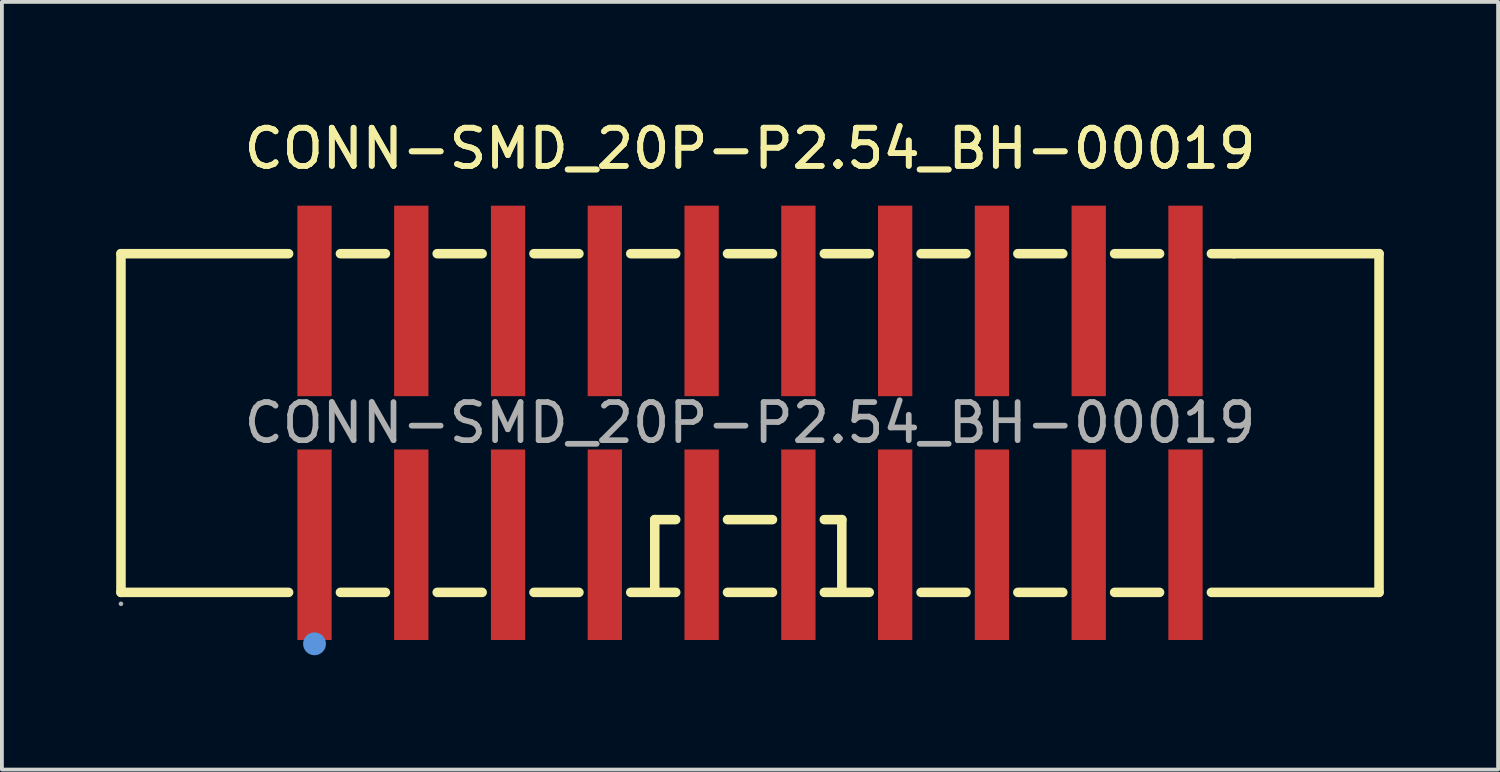
<source format=kicad_pcb>
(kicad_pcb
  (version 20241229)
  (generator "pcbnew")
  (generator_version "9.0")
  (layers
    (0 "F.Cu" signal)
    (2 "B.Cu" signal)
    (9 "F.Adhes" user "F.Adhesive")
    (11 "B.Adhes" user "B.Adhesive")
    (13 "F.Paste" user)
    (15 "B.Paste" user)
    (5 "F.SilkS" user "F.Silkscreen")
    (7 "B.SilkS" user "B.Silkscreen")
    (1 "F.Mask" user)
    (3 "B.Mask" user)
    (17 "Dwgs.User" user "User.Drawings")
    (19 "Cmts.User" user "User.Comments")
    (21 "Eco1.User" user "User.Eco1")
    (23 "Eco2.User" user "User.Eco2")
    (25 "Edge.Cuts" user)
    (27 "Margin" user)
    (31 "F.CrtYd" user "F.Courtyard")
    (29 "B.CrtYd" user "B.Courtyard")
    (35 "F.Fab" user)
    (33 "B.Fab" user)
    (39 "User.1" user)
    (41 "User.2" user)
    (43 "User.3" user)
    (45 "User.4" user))
  (footprint "CONN-SMD_20P-P2.54_BH-00019"
    (layer "F.Cu")
    (at 16.635 8.048)
    (property "Reference" "CONN-SMD_20P-P2.54_BH-00019" (at 0 -7.2 0) (layer "F.SilkS") (effects (font (size 1 1) (thickness 0.15))))
    (attr smd)
    (fp_line (start -16.51 4.45) (end -16.51 -4.44) (stroke (width 0.25) (type solid)) (layer "F.SilkS"))
    (fp_line (start -12.11 -4.44) (end -16.51 -4.44) (stroke (width 0.25) (type solid)) (layer "F.SilkS"))
    (fp_line (start -12.11 4.45) (end -16.51 4.45) (stroke (width 0.25) (type solid)) (layer "F.SilkS"))
    (fp_line (start -9.57 -4.44) (end -10.75 -4.44) (stroke (width 0.25) (type solid)) (layer "F.SilkS"))
    (fp_line (start -9.57 4.45) (end -10.75 4.45) (stroke (width 0.25) (type solid)) (layer "F.SilkS"))
    (fp_line (start -7.03 -4.44) (end -8.21 -4.44) (stroke (width 0.25) (type solid)) (layer "F.SilkS"))
    (fp_line (start -7.03 4.45) (end -8.21 4.45) (stroke (width 0.25) (type solid)) (layer "F.SilkS"))
    (fp_line (start -4.49 -4.44) (end -5.67 -4.44) (stroke (width 0.25) (type solid)) (layer "F.SilkS"))
    (fp_line (start -4.49 4.45) (end -5.67 4.45) (stroke (width 0.25) (type solid)) (layer "F.SilkS"))
    (fp_line (start -2.5 2.54) (end -1.95 2.54) (stroke (width 0.25) (type solid)) (layer "F.SilkS"))
    (fp_line (start -2.5 4.32) (end -2.5 2.54) (stroke (width 0.25) (type solid)) (layer "F.SilkS"))
    (fp_line (start -1.95 -4.44) (end -3.13 -4.44) (stroke (width 0.25) (type solid)) (layer "F.SilkS"))
    (fp_line (start -1.95 4.45) (end -3.13 4.45) (stroke (width 0.25) (type solid)) (layer "F.SilkS"))
    (fp_line (start -0.59 2.54) (end 0.59 2.54) (stroke (width 0.25) (type solid)) (layer "F.SilkS"))
    (fp_line (start 0.59 -4.44) (end -0.59 -4.44) (stroke (width 0.25) (type solid)) (layer "F.SilkS"))
    (fp_line (start 0.59 4.45) (end -0.59 4.45) (stroke (width 0.25) (type solid)) (layer "F.SilkS"))
    (fp_line (start 1.95 2.54) (end 2.41 2.54) (stroke (width 0.25) (type solid)) (layer "F.SilkS"))
    (fp_line (start 2.41 2.54) (end 2.41 4.32) (stroke (width 0.25) (type solid)) (layer "F.SilkS"))
    (fp_line (start 3.13 -4.44) (end 1.95 -4.44) (stroke (width 0.25) (type solid)) (layer "F.SilkS"))
    (fp_line (start 3.13 4.45) (end 1.95 4.45) (stroke (width 0.25) (type solid)) (layer "F.SilkS"))
    (fp_line (start 5.67 -4.44) (end 4.49 -4.44) (stroke (width 0.25) (type solid)) (layer "F.SilkS"))
    (fp_line (start 5.67 4.45) (end 4.49 4.45) (stroke (width 0.25) (type solid)) (layer "F.SilkS"))
    (fp_line (start 8.21 -4.44) (end 7.03 -4.44) (stroke (width 0.25) (type solid)) (layer "F.SilkS"))
    (fp_line (start 8.21 4.45) (end 7.03 4.45) (stroke (width 0.25) (type solid)) (layer "F.SilkS"))
    (fp_line (start 10.75 -4.44) (end 9.57 -4.44) (stroke (width 0.25) (type solid)) (layer "F.SilkS"))
    (fp_line (start 10.75 4.45) (end 9.57 4.45) (stroke (width 0.25) (type solid)) (layer "F.SilkS"))
    (fp_line (start 12.7 -4.44) (end 12.11 -4.44) (stroke (width 0.25) (type solid)) (layer "F.SilkS"))
    (fp_line (start 12.7 -4.44) (end 16.51 -4.44) (stroke (width 0.25) (type solid)) (layer "F.SilkS"))
    (fp_line (start 16.51 -4.44) (end 16.51 4.45) (stroke (width 0.25) (type solid)) (layer "F.SilkS"))
    (fp_line (start 16.51 4.45) (end 12.11 4.45) (stroke (width 0.25) (type solid)) (layer "F.SilkS"))
    (fp_circle (center -11.43 5.8) (end -11.28 5.8) (stroke (width 0.3) (type solid)) (fill no) (layer "Cmts.User"))
    (fp_circle (center -16.51 4.75) (end -16.48 4.75) (stroke (width 0.06) (type solid)) (fill no) (layer "F.Fab"))
    (fp_text user "${REFERENCE}" (at 0 -7.2 0) (layer "F.SilkS") (effects (font (size 1 1) (thickness 0.15))))
    (fp_text user "${REFERENCE}" (at 0 0 0) (layer "F.Fab") (effects (font (size 1 1) (thickness 0.15))))
    (pad "1" smd rect (at -11.43 3.2) (size 0.9 5) (layers "F.Cu" "F.Mask" "F.Paste"))
    (pad "2" smd rect (at -11.43 -3.2) (size 0.9 5) (layers "F.Cu" "F.Mask" "F.Paste"))
    (pad "3" smd rect (at -8.89 3.2) (size 0.9 5) (layers "F.Cu" "F.Mask" "F.Paste"))
    (pad "4" smd rect (at -8.89 -3.2) (size 0.9 5) (layers "F.Cu" "F.Mask" "F.Paste"))
    (pad "5" smd rect (at -6.35 3.2) (size 0.9 5) (layers "F.Cu" "F.Mask" "F.Paste"))
    (pad "6" smd rect (at -6.35 -3.2) (size 0.9 5) (layers "F.Cu" "F.Mask" "F.Paste"))
    (pad "7" smd rect (at -3.81 3.2) (size 0.9 5) (layers "F.Cu" "F.Mask" "F.Paste"))
    (pad "8" smd rect (at -3.81 -3.2) (size 0.9 5) (layers "F.Cu" "F.Mask" "F.Paste"))
    (pad "9" smd rect (at -1.27 3.2) (size 0.9 5) (layers "F.Cu" "F.Mask" "F.Paste"))
    (pad "10" smd rect (at -1.27 -3.2) (size 0.9 5) (layers "F.Cu" "F.Mask" "F.Paste"))
    (pad "11" smd rect (at 1.27 3.2) (size 0.9 5) (layers "F.Cu" "F.Mask" "F.Paste"))
    (pad "12" smd rect (at 1.27 -3.2) (size 0.9 5) (layers "F.Cu" "F.Mask" "F.Paste"))
    (pad "13" smd rect (at 3.81 3.2) (size 0.9 5) (layers "F.Cu" "F.Mask" "F.Paste"))
    (pad "14" smd rect (at 3.81 -3.2) (size 0.9 5) (layers "F.Cu" "F.Mask" "F.Paste"))
    (pad "15" smd rect (at 6.35 3.2) (size 0.9 5) (layers "F.Cu" "F.Mask" "F.Paste"))
    (pad "16" smd rect (at 6.35 -3.2) (size 0.9 5) (layers "F.Cu" "F.Mask" "F.Paste"))
    (pad "17" smd rect (at 8.89 3.2) (size 0.9 5) (layers "F.Cu" "F.Mask" "F.Paste"))
    (pad "18" smd rect (at 8.89 -3.2) (size 0.9 5) (layers "F.Cu" "F.Mask" "F.Paste"))
    (pad "19" smd rect (at 11.43 3.2) (size 0.9 5) (layers "F.Cu" "F.Mask" "F.Paste"))
    (pad "20" smd rect (at 11.43 -3.2) (size 0.9 5) (layers "F.Cu" "F.Mask" "F.Paste")))
  (gr_rect
    (start -3 -3)
    (end 36.27 17.148)
    (stroke (width 0.1) (type default))
    (fill no)
    (layer "Edge.Cuts")))
</source>
